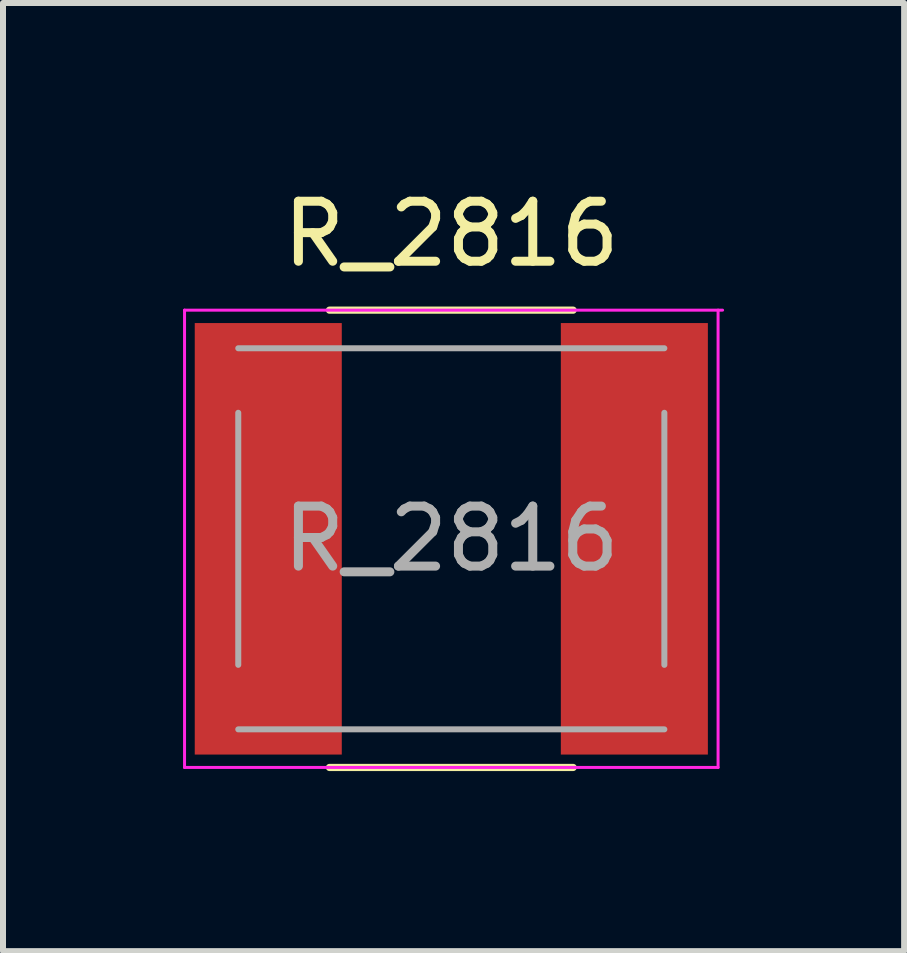
<source format=kicad_pcb>
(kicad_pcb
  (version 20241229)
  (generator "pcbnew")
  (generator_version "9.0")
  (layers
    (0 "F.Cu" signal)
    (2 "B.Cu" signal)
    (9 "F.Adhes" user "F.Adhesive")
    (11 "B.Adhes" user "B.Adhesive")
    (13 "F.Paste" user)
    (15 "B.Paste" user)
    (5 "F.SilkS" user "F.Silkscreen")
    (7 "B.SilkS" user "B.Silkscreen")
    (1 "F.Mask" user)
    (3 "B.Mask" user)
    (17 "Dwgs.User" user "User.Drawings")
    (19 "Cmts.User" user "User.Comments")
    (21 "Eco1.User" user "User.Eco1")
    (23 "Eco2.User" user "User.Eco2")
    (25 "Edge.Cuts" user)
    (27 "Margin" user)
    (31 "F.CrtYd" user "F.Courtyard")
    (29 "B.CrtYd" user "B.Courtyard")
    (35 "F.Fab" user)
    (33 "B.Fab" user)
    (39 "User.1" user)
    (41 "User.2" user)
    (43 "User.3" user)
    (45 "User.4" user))
  (footprint "R_2816"
    (layer "F.Cu")
    (at 4.47 5.928)
    (property "Reference" "R_2816" (at 0 -5.08 0) (layer "F.SilkS") (effects (font (size 1 1) (thickness 0.15))))
    (attr smd)
    (fp_line (start -2.03 -3.81) (end 2.03 -3.81) (stroke (width 0.12) (type solid)) (layer "F.SilkS"))
    (fp_line (start -2.03 3.81) (end 2.03 3.81) (stroke (width 0.12) (type solid)) (layer "F.SilkS"))
    (fp_line (start -4.445 -3.81) (end -4.445 3.81) (stroke (width 0.05) (type solid)) (layer "F.CrtYd"))
    (fp_line (start -4.445 -3.81) (end 4.52 -3.81) (stroke (width 0.05) (type solid)) (layer "F.CrtYd"))
    (fp_line (start 4.445 3.81) (end -4.445 3.81) (stroke (width 0.05) (type solid)) (layer "F.CrtYd"))
    (fp_line (start 4.445 3.81) (end 4.445 -3.81) (stroke (width 0.05) (type solid)) (layer "F.CrtYd"))
    (fp_line (start -3.55 -2.1) (end -3.55 2.1) (stroke (width 0.1) (type solid)) (layer "F.Fab"))
    (fp_line (start -3.55 3.175) (end 3.55 3.175) (stroke (width 0.1) (type solid)) (layer "F.Fab"))
    (fp_line (start 3.55 -3.175) (end -3.55 -3.175) (stroke (width 0.1) (type solid)) (layer "F.Fab"))
    (fp_line (start 3.55 2.1) (end 3.55 -2.1) (stroke (width 0.1) (type solid)) (layer "F.Fab"))
    (fp_text user "${REFERENCE}" (at 0 0 0) (layer "F.Fab") (effects (font (size 1 1) (thickness 0.15))))
    (pad "1" smd rect (at -3.05 0) (size 2.45 7.19) (layers "F.Cu" "F.Mask" "F.Paste"))
    (pad "2" smd rect (at 3.05 0) (size 2.45 7.19) (layers "F.Cu" "F.Mask" "F.Paste")))
  (gr_rect
    (start -3 -3)
    (end 12.015 12.798)
    (stroke (width 0.1) (type default))
    (fill no)
    (layer "Edge.Cuts")))
</source>
